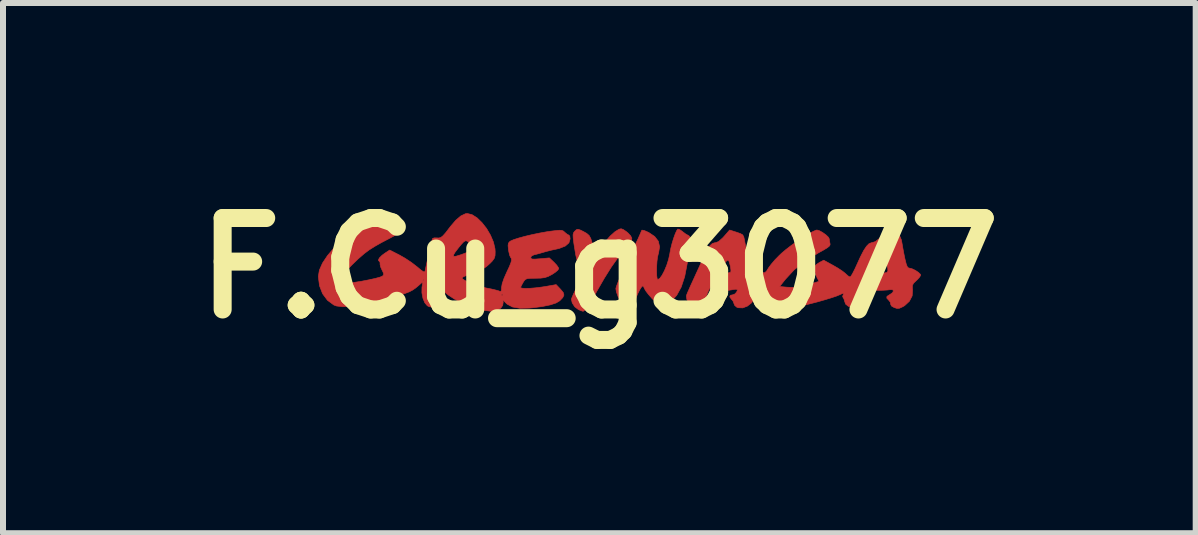
<source format=kicad_pcb>
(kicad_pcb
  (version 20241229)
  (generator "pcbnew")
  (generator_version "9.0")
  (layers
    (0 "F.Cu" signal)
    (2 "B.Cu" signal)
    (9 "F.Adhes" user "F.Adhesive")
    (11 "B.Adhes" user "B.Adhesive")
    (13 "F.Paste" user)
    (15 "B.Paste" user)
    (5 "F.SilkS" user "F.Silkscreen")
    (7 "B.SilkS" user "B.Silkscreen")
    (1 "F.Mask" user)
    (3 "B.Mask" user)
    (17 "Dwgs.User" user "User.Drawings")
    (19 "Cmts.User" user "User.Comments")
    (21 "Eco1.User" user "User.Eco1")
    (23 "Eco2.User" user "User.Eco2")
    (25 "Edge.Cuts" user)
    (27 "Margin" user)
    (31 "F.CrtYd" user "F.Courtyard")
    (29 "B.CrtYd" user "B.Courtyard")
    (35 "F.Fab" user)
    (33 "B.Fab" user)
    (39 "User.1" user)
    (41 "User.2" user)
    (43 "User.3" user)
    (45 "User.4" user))
  (footprint "F.Cu_g3077"
    (layer "F.Cu")
    (at 6.938 1.418)
    (property "Reference" "F.Cu_g3077" (at 0 0 0) (layer "F.SilkS") (effects (font (size 1.524 1.524) (thickness 0.3))))
    (attr through_hole)
    (fp_poly (pts (xy 0.399 -0.643) (xy 0.45 -0.608) (xy 0.478 -0.585) (xy 0.521 -0.539) (xy 0.541 -0.498) (xy 0.537 -0.453) (xy 0.506 -0.399) (xy 0.446 -0.327) (xy 0.393 -0.27) (xy 0.302 -0.162) (xy 0.199 -0.017) (xy 0.085 0.165) (xy -0.039 0.38) (xy -0.115 0.519) (xy -0.177 0.624) (xy -0.227 0.691) (xy -0.266 0.718) (xy -0.274 0.719) (xy -0.3 0.711) (xy -0.346 0.692) (xy -0.35 0.69) (xy -0.409 0.646) (xy -0.452 0.58) (xy -0.466 0.52) (xy -0.456 0.49) (xy -0.431 0.432) (xy -0.395 0.355) (xy -0.364 0.293) (xy -0.262 0.095) (xy -0.309 0.026) (xy -0.341 -0.033) (xy -0.368 -0.111) (xy -0.393 -0.217) (xy -0.416 -0.356) (xy -0.426 -0.421) (xy -0.436 -0.503) (xy -0.438 -0.555) (xy -0.431 -0.587) (xy -0.413 -0.612) (xy -0.407 -0.618) (xy -0.381 -0.641) (xy -0.357 -0.647) (xy -0.32 -0.636) (xy -0.27 -0.612) (xy -0.211 -0.579) (xy -0.17 -0.543) (xy -0.142 -0.492) (xy -0.119 -0.417) (xy -0.102 -0.341) (xy -0.074 -0.205) (xy 0.000459 -0.311) (xy 0.093 -0.435) (xy 0.181 -0.535) (xy 0.261 -0.607) (xy 0.328 -0.648) (xy 0.363 -0.656) (xy 0.399 -0.643)) (stroke (width 0.01) (type solid)) (fill yes) (layer "F.Cu"))
    (fp_poly (pts (xy 1.336 -0.643) (xy 1.379 -0.615) (xy 1.392 -0.604) (xy 1.437 -0.57) (xy 1.47 -0.551) (xy 1.475 -0.55) (xy 1.497 -0.534) (xy 1.527 -0.494) (xy 1.531 -0.487) (xy 1.554 -0.437) (xy 1.556 -0.387) (xy 1.545 -0.339) (xy 1.527 -0.286) (xy 1.51 -0.257) (xy 1.505 -0.254) (xy 1.495 -0.235) (xy 1.482 -0.183) (xy 1.469 -0.107) (xy 1.463 -0.069) (xy 1.422 0.143) (xy 1.364 0.317) (xy 1.289 0.454) (xy 1.198 0.552) (xy 1.177 0.567) (xy 1.102 0.607) (xy 1.036 0.613) (xy 0.968 0.585) (xy 0.893 0.521) (xy 0.874 0.502) (xy 0.819 0.439) (xy 0.776 0.383) (xy 0.753 0.344) (xy 0.753 0.343) (xy 0.736 0.307) (xy 0.724 0.296) (xy 0.703 0.314) (xy 0.674 0.359) (xy 0.644 0.418) (xy 0.617 0.479) (xy 0.605 0.519) (xy 0.574 0.588) (xy 0.524 0.638) (xy 0.47 0.656) (xy 0.424 0.641) (xy 0.397 0.619) (xy 0.353 0.556) (xy 0.313 0.477) (xy 0.285 0.399) (xy 0.275 0.343) (xy 0.284 0.306) (xy 0.31 0.238) (xy 0.349 0.144) (xy 0.4 0.03) (xy 0.459 -0.097) (xy 0.487 -0.156) (xy 0.547 -0.282) (xy 0.601 -0.395) (xy 0.646 -0.491) (xy 0.678 -0.563) (xy 0.696 -0.605) (xy 0.699 -0.614) (xy 0.71 -0.633) (xy 0.748 -0.627) (xy 0.816 -0.597) (xy 0.821 -0.595) (xy 0.922 -0.527) (xy 0.983 -0.448) (xy 1.004 -0.355) (xy 0.986 -0.248) (xy 0.981 -0.233) (xy 0.969 -0.181) (xy 0.96 -0.108) (xy 0.955 -0.025) (xy 0.954 0.056) (xy 0.956 0.126) (xy 0.963 0.175) (xy 0.973 0.191) (xy 1.007 0.171) (xy 1.045 0.119) (xy 1.085 0.043) (xy 1.123 -0.048) (xy 1.154 -0.146) (xy 1.175 -0.243) (xy 1.177 -0.258) (xy 1.191 -0.33) (xy 1.212 -0.414) (xy 1.238 -0.498) (xy 1.265 -0.573) (xy 1.29 -0.627) (xy 1.308 -0.651) (xy 1.309 -0.651) (xy 1.336 -0.643)) (stroke (width 0.01) (type solid)) (fill yes) (layer "F.Cu"))
    (fp_poly (pts (xy 3.668 -0.623) (xy 3.722 -0.593) (xy 3.776 -0.554) (xy 3.817 -0.515) (xy 3.831 -0.488) (xy 3.837 -0.441) (xy 3.844 -0.41) (xy 3.845 -0.387) (xy 3.831 -0.365) (xy 3.797 -0.338) (xy 3.736 -0.301) (xy 3.651 -0.254) (xy 3.428 -0.118) (xy 3.244 0.031) (xy 3.1 0.187) (xy 3.005 0.307) (xy 3.127 0.318) (xy 3.195 0.321) (xy 3.243 0.32) (xy 3.26 0.315) (xy 3.285 0.305) (xy 3.338 0.294) (xy 3.376 0.289) (xy 3.461 0.274) (xy 3.547 0.254) (xy 3.571 0.248) (xy 3.661 0.221) (xy 3.629 0.161) (xy 3.607 0.11) (xy 3.598 0.073) (xy 3.583 0.042) (xy 3.574 0.038) (xy 3.56 0.018) (xy 3.576 -0.017) (xy 3.614 -0.058) (xy 3.667 -0.094) (xy 3.739 -0.132) (xy 3.897 -0.045) (xy 3.978 0.002) (xy 4.049 0.049) (xy 4.099 0.088) (xy 4.106 0.095) (xy 4.146 0.131) (xy 4.177 0.148) (xy 4.179 0.148) (xy 4.196 0.13) (xy 4.223 0.085) (xy 4.595 0.085) (xy 4.677 0.085) (xy 4.739 0.082) (xy 4.785 0.074) (xy 4.79 0.073) (xy 4.808 0.05) (xy 4.806 0.001) (xy 4.786 -0.081) (xy 4.771 -0.127) (xy 4.754 -0.137) (xy 4.722 -0.11) (xy 4.675 -0.046) (xy 4.636 0.016) (xy 4.595 0.085) (xy 4.223 0.085) (xy 4.225 0.08) (xy 4.261 0.009) (xy 4.286 -0.046) (xy 4.351 -0.188) (xy 4.405 -0.293) (xy 4.452 -0.364) (xy 4.493 -0.406) (xy 4.533 -0.423) (xy 4.541 -0.423) (xy 4.599 -0.442) (xy 4.666 -0.494) (xy 4.734 -0.573) (xy 4.745 -0.588) (xy 4.767 -0.616) (xy 4.793 -0.626) (xy 4.836 -0.62) (xy 4.879 -0.609) (xy 4.956 -0.58) (xy 5.005 -0.537) (xy 5.034 -0.468) (xy 5.046 -0.402) (xy 5.058 -0.332) (xy 5.075 -0.24) (xy 5.093 -0.153) (xy 5.113 -0.072) (xy 5.131 -0.024) (xy 5.151 -0.003) (xy 5.166 0) (xy 5.211 0.011) (xy 5.266 0.037) (xy 5.317 0.071) (xy 5.35 0.103) (xy 5.355 0.116) (xy 5.34 0.146) (xy 5.303 0.188) (xy 5.281 0.209) (xy 5.236 0.252) (xy 5.217 0.29) (xy 5.217 0.34) (xy 5.22 0.364) (xy 5.213 0.463) (xy 5.167 0.552) (xy 5.087 0.626) (xy 5.056 0.644) (xy 5.001 0.669) (xy 4.96 0.672) (xy 4.913 0.657) (xy 4.868 0.631) (xy 4.855 0.604) (xy 4.855 0.602) (xy 4.849 0.569) (xy 4.825 0.538) (xy 4.79 0.5) (xy 4.793 0.471) (xy 4.835 0.444) (xy 4.842 0.44) (xy 4.886 0.409) (xy 4.901 0.379) (xy 4.886 0.36) (xy 4.847 0.359) (xy 4.797 0.365) (xy 4.723 0.369) (xy 4.668 0.37) (xy 4.595 0.368) (xy 4.552 0.359) (xy 4.528 0.34) (xy 4.519 0.326) (xy 4.497 0.299) (xy 4.473 0.308) (xy 4.445 0.354) (xy 4.412 0.439) (xy 4.407 0.453) (xy 4.378 0.526) (xy 4.347 0.587) (xy 4.329 0.614) (xy 4.275 0.648) (xy 4.212 0.654) (xy 4.15 0.637) (xy 4.104 0.6) (xy 4.085 0.546) (xy 4.085 0.545) (xy 4.074 0.507) (xy 4.064 0.497) (xy 4.054 0.469) (xy 4.064 0.445) (xy 4.074 0.422) (xy 4.066 0.418) (xy 4.031 0.432) (xy 4.005 0.444) (xy 3.949 0.467) (xy 3.862 0.496) (xy 3.753 0.529) (xy 3.634 0.563) (xy 3.514 0.594) (xy 3.403 0.621) (xy 3.348 0.633) (xy 3.177 0.656) (xy 3.036 0.649) (xy 2.922 0.61) (xy 2.836 0.541) (xy 2.776 0.439) (xy 2.741 0.304) (xy 2.738 0.28) (xy 2.725 0.175) (xy 2.659 0.219) (xy 2.617 0.251) (xy 2.6 0.286) (xy 2.599 0.341) (xy 2.6 0.354) (xy 2.599 0.429) (xy 2.586 0.497) (xy 2.582 0.509) (xy 2.534 0.581) (xy 2.466 0.634) (xy 2.389 0.663) (xy 2.314 0.66) (xy 2.291 0.652) (xy 2.255 0.621) (xy 2.244 0.593) (xy 2.229 0.552) (xy 2.202 0.519) (xy 2.173 0.48) (xy 2.182 0.453) (xy 2.223 0.445) (xy 2.258 0.431) (xy 2.287 0.4) (xy 2.3 0.368) (xy 2.295 0.355) (xy 2.269 0.352) (xy 2.219 0.359) (xy 2.206 0.362) (xy 2.089 0.38) (xy 1.994 0.377) (xy 1.927 0.354) (xy 1.907 0.336) (xy 1.871 0.291) (xy 1.836 0.345) (xy 1.809 0.399) (xy 1.783 0.471) (xy 1.777 0.495) (xy 1.739 0.582) (xy 1.682 0.636) (xy 1.608 0.653) (xy 1.592 0.652) (xy 1.54 0.629) (xy 1.492 0.58) (xy 1.458 0.521) (xy 1.45 0.465) (xy 1.452 0.457) (xy 1.458 0.438) (xy 1.47 0.408) (xy 1.49 0.363) (xy 1.518 0.299) (xy 1.558 0.212) (xy 1.61 0.098) (xy 1.616 0.085) (xy 1.987 0.085) (xy 2.082 0.085) (xy 2.142 0.081) (xy 2.183 0.07) (xy 2.19 0.065) (xy 2.193 0.034) (xy 2.185 -0.022) (xy 2.178 -0.053) (xy 2.162 -0.11) (xy 2.148 -0.133) (xy 2.13 -0.128) (xy 2.118 -0.118) (xy 2.086 -0.08) (xy 2.048 -0.022) (xy 2.035 -0.001) (xy 1.987 0.085) (xy 1.616 0.085) (xy 1.676 -0.046) (xy 1.754 -0.215) (xy 1.803 -0.312) (xy 1.844 -0.375) (xy 1.883 -0.41) (xy 1.925 -0.423) (xy 1.937 -0.423) (xy 1.987 -0.443) (xy 2.053 -0.501) (xy 2.079 -0.529) (xy 2.171 -0.635) (xy 2.287 -0.598) (xy 2.352 -0.575) (xy 2.389 -0.554) (xy 2.407 -0.52) (xy 2.42 -0.464) (xy 2.421 -0.455) (xy 2.448 -0.307) (xy 2.47 -0.196) (xy 2.488 -0.116) (xy 2.504 -0.062) (xy 2.52 -0.029) (xy 2.538 -0.011) (xy 2.558 -0.004) (xy 2.561 -0.003) (xy 2.616 0.015) (xy 2.67 0.044) (xy 2.719 0.075) (xy 2.754 0.078) (xy 2.785 0.052) (xy 2.823 -0.009) (xy 2.864 -0.064) (xy 2.925 -0.136) (xy 2.999 -0.212) (xy 3.036 -0.247) (xy 3.108 -0.308) (xy 3.196 -0.376) (xy 3.292 -0.444) (xy 3.389 -0.509) (xy 3.48 -0.566) (xy 3.556 -0.608) (xy 3.61 -0.632) (xy 3.627 -0.635) (xy 3.668 -0.623)) (stroke (width 0.01) (type solid)) (fill yes) (layer "F.Cu"))
    (fp_poly (pts (xy -2.122 -0.891) (xy -2.038 -0.838) (xy -1.956 -0.758) (xy -1.879 -0.66) (xy -1.814 -0.549) (xy -1.765 -0.434) (xy -1.739 -0.323) (xy -1.736 -0.273) (xy -1.738 -0.208) (xy -1.752 -0.162) (xy -1.784 -0.118) (xy -1.826 -0.075) (xy -1.885 -0.023) (xy -1.953 0.019) (xy -2.044 0.059) (xy -2.114 0.085) (xy -2.203 0.118) (xy -2.258 0.141) (xy -2.284 0.157) (xy -2.287 0.171) (xy -2.273 0.185) (xy -2.175 0.245) (xy -2.055 0.291) (xy -1.903 0.327) (xy -1.892 0.33) (xy -1.804 0.347) (xy -1.728 0.365) (xy -1.678 0.379) (xy -1.667 0.384) (xy -1.643 0.39) (xy -1.632 0.371) (xy -1.63 0.325) (xy -1.619 0.259) (xy -1.588 0.169) (xy -1.545 0.072) (xy -1.5 -0.024) (xy -1.474 -0.09) (xy -1.463 -0.133) (xy -1.467 -0.162) (xy -1.48 -0.181) (xy -1.494 -0.212) (xy -1.508 -0.27) (xy -1.515 -0.31) (xy -1.521 -0.376) (xy -1.516 -0.414) (xy -1.497 -0.439) (xy -1.479 -0.452) (xy -1.429 -0.474) (xy -1.345 -0.501) (xy -1.239 -0.53) (xy -1.117 -0.559) (xy -0.991 -0.585) (xy -0.868 -0.607) (xy -0.812 -0.615) (xy -0.721 -0.626) (xy -0.661 -0.631) (xy -0.624 -0.628) (xy -0.598 -0.617) (xy -0.575 -0.596) (xy -0.574 -0.595) (xy -0.535 -0.563) (xy -0.508 -0.55) (xy -0.493 -0.532) (xy -0.487 -0.488) (xy -0.507 -0.421) (xy -0.567 -0.368) (xy -0.665 -0.329) (xy -0.716 -0.317) (xy -0.804 -0.298) (xy -0.893 -0.275) (xy -0.931 -0.264) (xy -1.003 -0.243) (xy -1.068 -0.226) (xy -1.085 -0.223) (xy -1.13 -0.202) (xy -1.143 -0.177) (xy -1.138 -0.159) (xy -1.117 -0.151) (xy -1.071 -0.15) (xy -0.992 -0.156) (xy -0.988 -0.156) (xy -0.833 -0.17) (xy -0.755 -0.097) (xy -0.71 -0.049) (xy -0.682 -0.007) (xy -0.677 0.009) (xy -0.694 0.036) (xy -0.739 0.073) (xy -0.788 0.105) (xy -0.853 0.139) (xy -0.91 0.158) (xy -0.977 0.167) (xy -1.064 0.169) (xy -1.147 0.17) (xy -1.199 0.175) (xy -1.23 0.187) (xy -1.252 0.21) (xy -1.27 0.238) (xy -1.297 0.287) (xy -1.312 0.319) (xy -1.312 0.323) (xy -1.293 0.334) (xy -1.24 0.338) (xy -1.162 0.337) (xy -1.066 0.329) (xy -0.962 0.316) (xy -0.902 0.307) (xy -0.72 0.275) (xy -0.647 0.352) (xy -0.602 0.406) (xy -0.59 0.449) (xy -0.61 0.492) (xy -0.661 0.545) (xy -0.721 0.581) (xy -0.819 0.613) (xy -0.951 0.64) (xy -1.112 0.661) (xy -1.167 0.666) (xy -1.324 0.669) (xy -1.447 0.648) (xy -1.536 0.601) (xy -1.563 0.576) (xy -1.596 0.54) (xy -1.607 0.536) (xy -1.603 0.561) (xy -1.602 0.565) (xy -1.611 0.622) (xy -1.642 0.666) (xy -1.708 0.707) (xy -1.805 0.719) (xy -1.932 0.702) (xy -2.085 0.658) (xy -2.267 0.587) (xy -2.416 0.515) (xy -2.522 0.445) (xy -1.63 0.445) (xy -1.622 0.462) (xy -1.616 0.459) (xy -1.613 0.433) (xy -1.616 0.43) (xy -1.628 0.433) (xy -1.63 0.445) (xy -2.522 0.445) (xy -2.526 0.442) (xy -2.537 0.433) (xy -2.579 0.399) (xy -2.598 0.391) (xy -2.603 0.408) (xy -2.603 0.422) (xy -2.613 0.469) (xy -2.636 0.531) (xy -2.645 0.549) (xy -2.697 0.617) (xy -2.762 0.65) (xy -2.833 0.644) (xy -2.866 0.628) (xy -2.908 0.579) (xy -2.94 0.502) (xy -2.957 0.411) (xy -2.956 0.32) (xy -2.955 0.315) (xy -2.941 0.227) (xy -3.016 0.293) (xy -3.064 0.333) (xy -3.112 0.366) (xy -3.167 0.395) (xy -3.237 0.422) (xy -3.329 0.452) (xy -3.452 0.488) (xy -3.504 0.503) (xy -3.75 0.567) (xy -3.962 0.612) (xy -4.138 0.638) (xy -4.278 0.644) (xy -4.382 0.631) (xy -4.424 0.615) (xy -4.531 0.536) (xy -4.612 0.427) (xy -4.664 0.293) (xy -4.683 0.14) (xy -4.683 0.14) (xy -4.666 0.035) (xy -4.614 -0.083) (xy -4.53 -0.209) (xy -4.42 -0.339) (xy -4.286 -0.469) (xy -4.132 -0.594) (xy -3.963 -0.709) (xy -3.937 -0.725) (xy -3.854 -0.776) (xy -3.779 -0.823) (xy -3.724 -0.859) (xy -3.707 -0.872) (xy -3.66 -0.897) (xy -3.609 -0.909) (xy -3.57 -0.907) (xy -3.556 -0.891) (xy -3.539 -0.87) (xy -3.496 -0.839) (xy -3.466 -0.822) (xy -3.408 -0.784) (xy -3.378 -0.745) (xy -3.363 -0.688) (xy -3.363 -0.688) (xy -3.356 -0.629) (xy -3.357 -0.587) (xy -3.358 -0.582) (xy -3.38 -0.562) (xy -3.431 -0.531) (xy -3.501 -0.493) (xy -3.53 -0.478) (xy -3.63 -0.426) (xy -3.736 -0.366) (xy -3.827 -0.309) (xy -3.831 -0.307) (xy -3.919 -0.241) (xy -4.02 -0.153) (xy -4.124 -0.053) (xy -4.22 0.047) (xy -4.296 0.138) (xy -4.315 0.164) (xy -4.344 0.209) (xy -4.348 0.233) (xy -4.33 0.246) (xy -4.33 0.246) (xy -4.28 0.253) (xy -4.198 0.25) (xy -4.092 0.239) (xy -3.969 0.22) (xy -3.871 0.201) (xy -2.942 0.201) (xy -2.932 0.212) (xy -2.921 0.201) (xy -2.932 0.191) (xy -2.942 0.201) (xy -3.871 0.201) (xy -3.84 0.195) (xy -3.838 0.195) (xy -3.728 0.17) (xy -3.655 0.15) (xy -3.612 0.132) (xy -3.595 0.11) (xy -3.598 0.082) (xy -3.616 0.043) (xy -3.621 0.034) (xy -3.646 -0.022) (xy -3.655 -0.066) (xy -3.654 -0.075) (xy -3.657 -0.105) (xy -3.667 -0.111) (xy -3.683 -0.132) (xy -3.667 -0.168) (xy -3.622 -0.213) (xy -3.579 -0.245) (xy -3.494 -0.301) (xy -3.333 -0.219) (xy -3.235 -0.163) (xy -3.131 -0.094) (xy -3.043 -0.026) (xy -3.041 -0.025) (xy -2.976 0.03) (xy -2.935 0.058) (xy -2.913 0.064) (xy -2.904 0.049) (xy -2.904 0.049) (xy -2.893 -0.008) (xy -2.876 -0.087) (xy -2.856 -0.179) (xy -2.847 -0.217) (xy -2.432 -0.217) (xy -2.428 -0.196) (xy -2.392 -0.197) (xy -2.322 -0.218) (xy -2.247 -0.245) (xy -2.163 -0.28) (xy -2.119 -0.312) (xy -2.11 -0.347) (xy -2.136 -0.389) (xy -2.17 -0.424) (xy -2.202 -0.45) (xy -2.23 -0.456) (xy -2.261 -0.438) (xy -2.303 -0.393) (xy -2.35 -0.335) (xy -2.405 -0.263) (xy -2.432 -0.217) (xy -2.847 -0.217) (xy -2.834 -0.274) (xy -2.813 -0.363) (xy -2.796 -0.435) (xy -2.783 -0.482) (xy -2.779 -0.494) (xy -2.752 -0.504) (xy -2.707 -0.503) (xy -2.673 -0.502) (xy -2.641 -0.511) (xy -2.607 -0.538) (xy -2.563 -0.587) (xy -2.504 -0.664) (xy -2.481 -0.694) (xy -2.393 -0.797) (xy -2.309 -0.869) (xy -2.232 -0.906) (xy -2.2 -0.91) (xy -2.122 -0.891)) (stroke (width 0.01) (type solid)) (fill yes) (layer "F.Cu")))
  (gr_rect
    (start -3 -3)
    (end 16.876 5.836)
    (stroke (width 0.1) (type default))
    (fill no)
    (layer "Edge.Cuts")))
</source>
